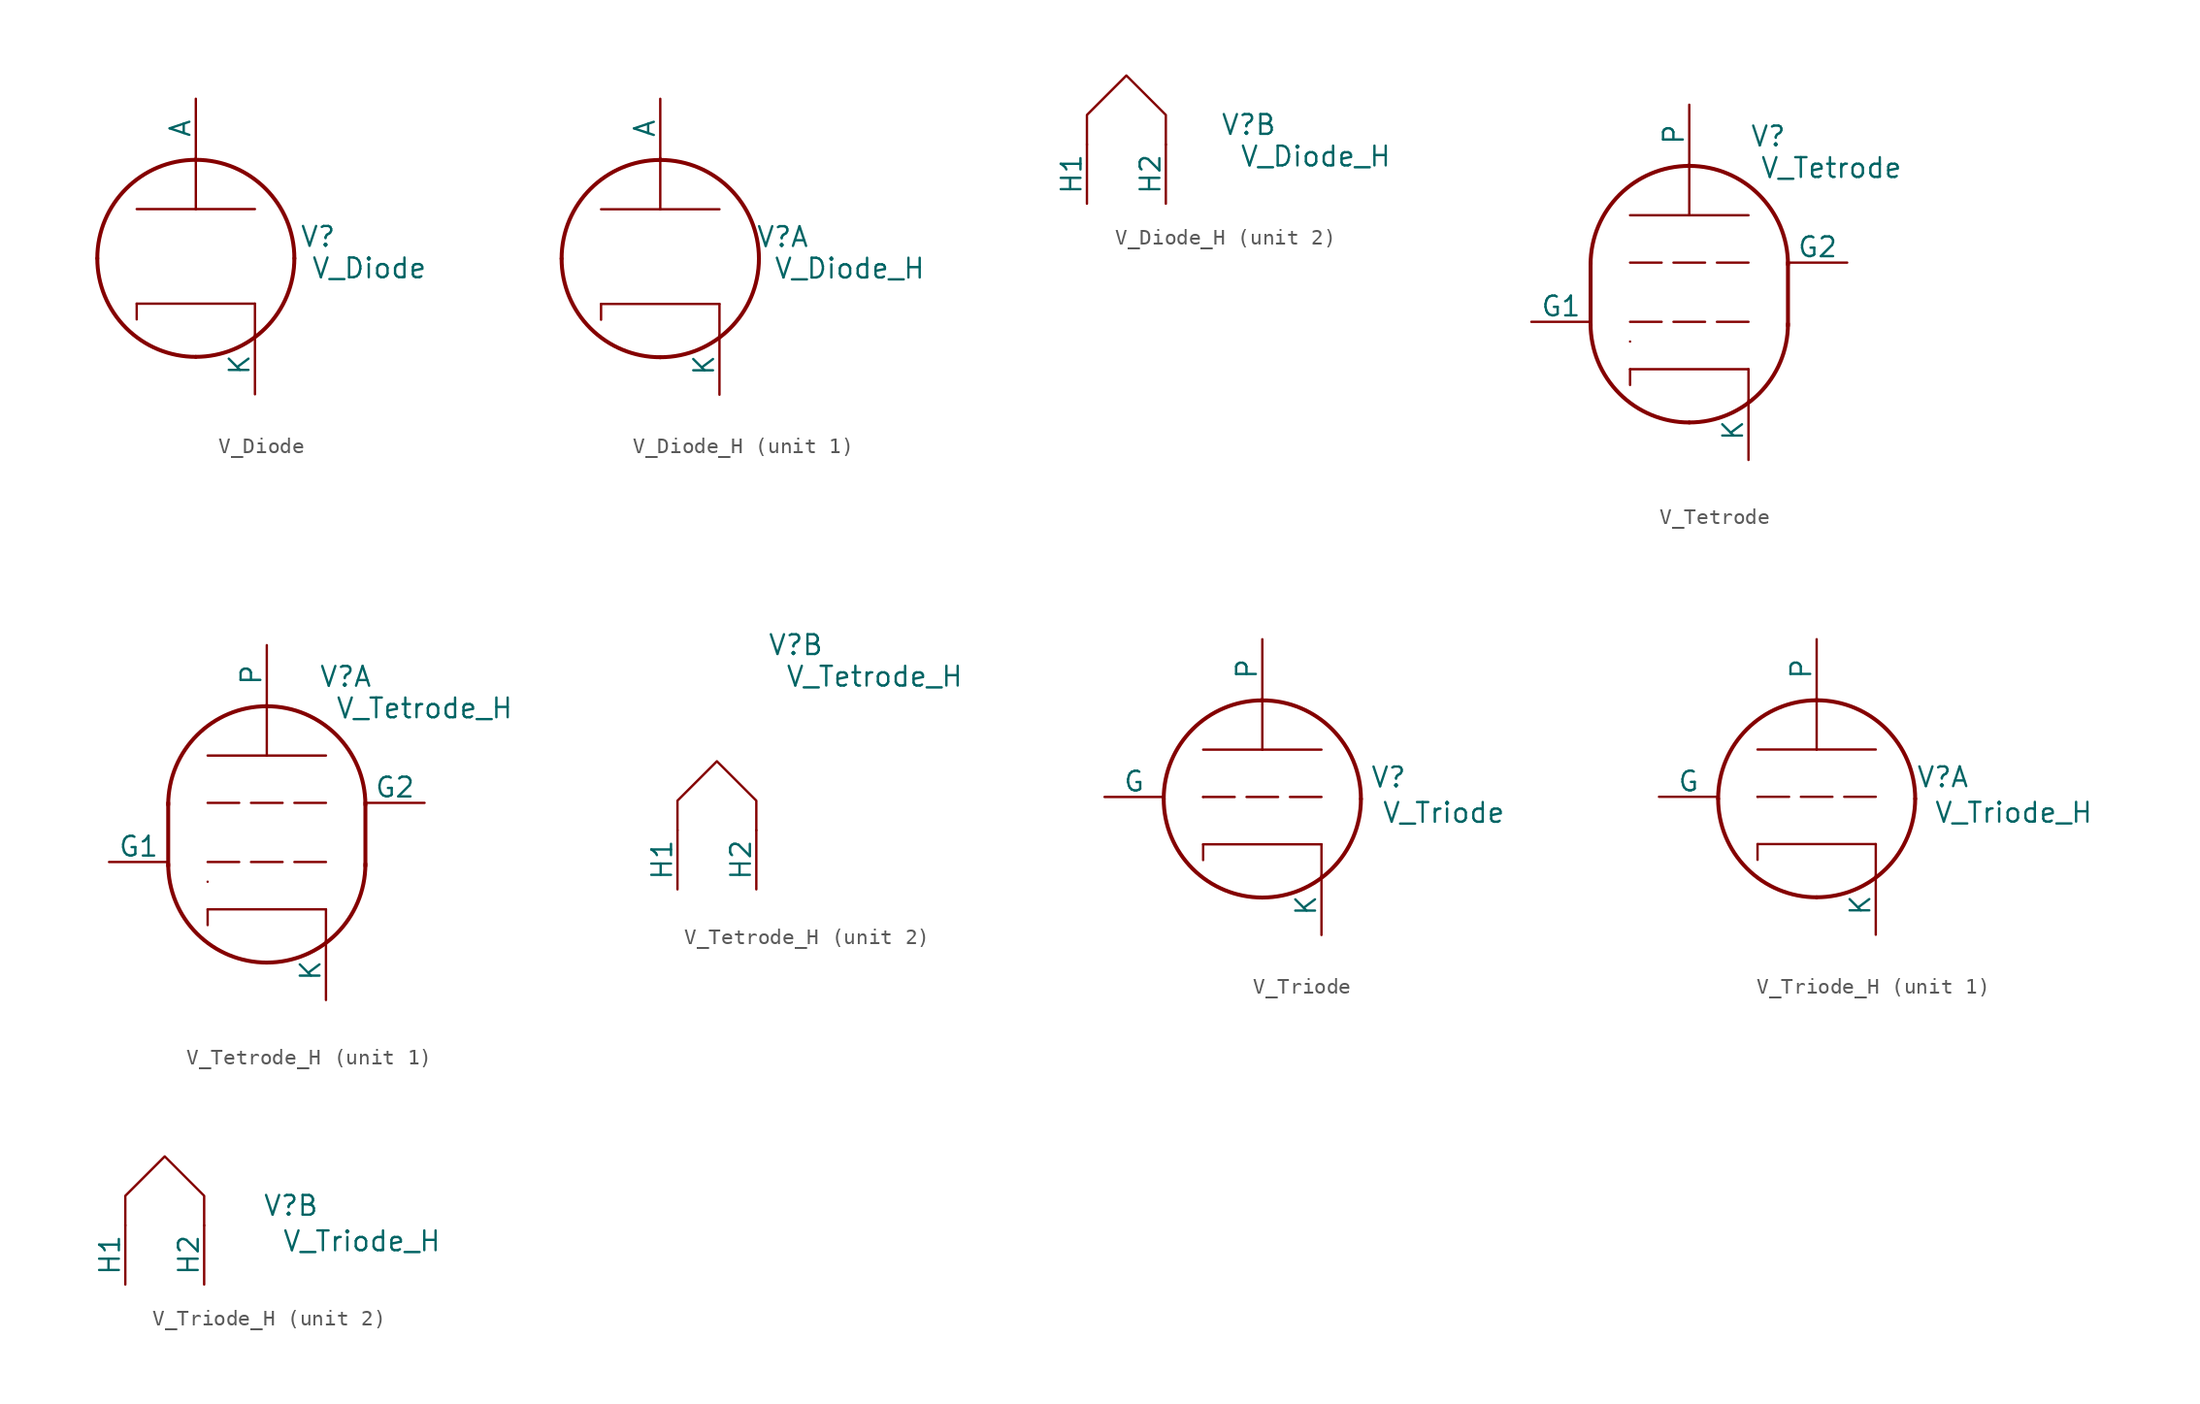
<source format=kicad_sym>
(kicad_symbol_lib
  (version 20241209)
  (generator "kicad_symbol_editor")
  (generator_version "9.0")
  (symbol "V_Diode"
    (pin_numbers
      (hide yes))
    (pin_names
      (offset 0))
    (property "Reference" "V"
      (at 7.874 1.27 0)
      (effects (font (size 1.27 1.27))))
    (property "Value" "V_Diode"
      (at 11.176 -0.762 0)
      (effects (font (size 1.27 1.27))))
    (symbol "V_Diode_1_1"
      (polyline (pts (xy -3.81 -3.048) (xy -3.81 -4.064)) (stroke (width 0) (type default)) (fill (type none)))
      (polyline (pts (xy -3.81 -3.048) (xy 3.81 -3.048)) (stroke (width 0) (type solid)) (fill (type none)))
      (arc (start -0.0001 -6.4769) (mid -4.4926 -4.6195) (end -6.35 -0.127) (stroke (width 0.254) (type solid)) (fill (type none)))
      (arc (start -6.35 -0.127) (mid -4.4902 4.3632) (end 0 6.223) (stroke (width 0.254) (type solid)) (fill (type none)))
      (polyline (pts (xy 0 3.048) (xy -3.81 3.048)) (stroke (width 0) (type solid)) (fill (type none)))
      (polyline (pts (xy 0 3.048) (xy 0 6.35)) (stroke (width 0) (type solid)) (fill (type none)))
      (polyline (pts (xy 0 3.048) (xy 3.81 3.048)) (stroke (width 0) (type solid)) (fill (type none)))
      (arc (start 0 6.223) (mid 4.4902 4.3632) (end 6.35 -0.127) (stroke (width 0.254) (type solid)) (fill (type none)))
      (arc (start 6.35 -0.127) (mid 4.491 -4.618) (end -0.0001 -6.4769) (stroke (width 0.254) (type solid)) (fill (type none)))
      (polyline (pts (xy 3.81 -3.048) (xy 3.81 -5.08)) (stroke (width 0) (type default)) (fill (type none)))
      (pin passive line (at 0 10.16 270) (length 3.81) (name "A" (effects (font (size 1.27 1.27)))) (number "A" (effects (font (size 1.27 1.27)))))
      (pin passive line (at 3.81 -8.89 90) (length 3.81) (name "K" (effects (font (size 1.27 1.27)))) (number "K" (effects (font (size 1.27 1.27)))))))
  (symbol "V_Diode_H"
    (pin_numbers
      (hide yes))
    (pin_names
      (offset 0))
    (property "Reference" "V"
      (at 7.874 1.27 0)
      (effects (font (size 1.27 1.27))))
    (property "Value" "V_Diode_H"
      (at 12.192 -0.762 0)
      (effects (font (size 1.27 1.27))))
    (property "ki_locked" ""
      (at 0 0 0)
      (effects (font (size 1.27 1.27))))
    (symbol "V_Diode_H_1_1"
      (polyline (pts (xy -3.81 -3.048) (xy -3.81 -4.064)) (stroke (width 0) (type default)) (fill (type none)))
      (polyline (pts (xy -3.81 -3.048) (xy 3.81 -3.048)) (stroke (width 0) (type solid)) (fill (type none)))
      (arc (start -0.0001 -6.4769) (mid -4.4926 -4.6195) (end -6.35 -0.127) (stroke (width 0.254) (type solid)) (fill (type none)))
      (arc (start -6.35 -0.127) (mid -4.4902 4.3632) (end 0 6.223) (stroke (width 0.254) (type solid)) (fill (type none)))
      (polyline (pts (xy 0 3.048) (xy -3.81 3.048)) (stroke (width 0) (type solid)) (fill (type none)))
      (polyline (pts (xy 0 3.048) (xy 0 6.35)) (stroke (width 0) (type solid)) (fill (type none)))
      (polyline (pts (xy 0 3.048) (xy 3.81 3.048)) (stroke (width 0) (type solid)) (fill (type none)))
      (arc (start 0 6.223) (mid 4.4902 4.3632) (end 6.35 -0.127) (stroke (width 0.254) (type solid)) (fill (type none)))
      (arc (start 6.35 -0.127) (mid 4.491 -4.618) (end -0.0001 -6.4769) (stroke (width 0.254) (type solid)) (fill (type none)))
      (polyline (pts (xy 3.81 -3.048) (xy 3.81 -5.08)) (stroke (width 0) (type default)) (fill (type none)))
      (pin passive line (at 0 10.16 270) (length 3.81) (name "A" (effects (font (size 1.27 1.27)))) (number "A" (effects (font (size 1.27 1.27)))))
      (pin passive line (at 3.81 -8.89 90) (length 3.81) (name "K" (effects (font (size 1.27 1.27)))) (number "K" (effects (font (size 1.27 1.27))))))
    (symbol "V_Diode_H_2_1"
      (polyline (pts (xy -2.54 0) (xy -2.54 1.905) (xy 0 4.445) (xy 2.54 1.905) (xy 2.54 0)) (stroke (width 0) (type solid)) (fill (type none)))
      (pin passive line (at -2.54 -3.81 90) (length 3.81) (name "H1" (effects (font (size 1.27 1.27)))) (number "H1" (effects (font (size 1.27 1.27)))))
      (pin passive line (at 2.54 -3.81 90) (length 3.81) (name "H2" (effects (font (size 1.27 1.27)))) (number "H2" (effects (font (size 1.27 1.27)))))))
  (symbol "V_Tetrode"
    (pin_numbers
      (hide yes))
    (pin_names
      (offset 0))
    (property "Reference" "V"
      (at 5.08 11.938 0)
      (effects (font (size 1.27 1.27))))
    (property "Value" "V_Tetrode"
      (at 9.144 9.906 0)
      (effects (font (size 1.27 1.27))))
    (symbol "V_Tetrode_1_1"
      (polyline (pts (xy -6.35 -0.254) (xy -6.35 3.81)) (stroke (width 0.254) (type solid)) (fill (type none)))
      (polyline (pts (xy -6.35 -0.254) (xy -6.35 -0.254)) (stroke (width 0) (type default)) (fill (type none)))
      (polyline (pts (xy -3.81 3.81) (xy -1.778 3.81)) (stroke (width 0) (type default)) (fill (type none)))
      (polyline (pts (xy -3.81 0) (xy -1.778 0)) (stroke (width 0) (type default)) (fill (type none)))
      (polyline (pts (xy -3.81 -1.27) (xy -3.81 -1.27)) (stroke (width 0) (type default)) (fill (type none)))
      (polyline (pts (xy -3.81 -3.048) (xy -3.81 -4.064)) (stroke (width 0) (type default)) (fill (type none)))
      (polyline (pts (xy -3.81 -3.048) (xy 3.81 -3.048)) (stroke (width 0) (type solid)) (fill (type none)))
      (polyline (pts (xy -1.016 3.81) (xy 1.016 3.81)) (stroke (width 0) (type default)) (fill (type none)))
      (polyline (pts (xy -1.016 0) (xy 1.016 0)) (stroke (width 0) (type default)) (fill (type none)))
      (arc (start -0.0001 -6.4769) (mid -4.4926 -4.6195) (end -6.35 -0.127) (stroke (width 0.254) (type solid)) (fill (type none)))
      (arc (start -6.35 3.683) (mid -4.4902 8.1732) (end 0 10.033) (stroke (width 0.254) (type solid)) (fill (type none)))
      (polyline (pts (xy 0 6.858) (xy -3.81 6.858)) (stroke (width 0) (type solid)) (fill (type none)))
      (polyline (pts (xy 0 6.858) (xy 0 10.16)) (stroke (width 0) (type solid)) (fill (type none)))
      (polyline (pts (xy 0 6.858) (xy 3.81 6.858)) (stroke (width 0) (type solid)) (fill (type none)))
      (arc (start 0 10.033) (mid 4.4902 8.1732) (end 6.35 3.683) (stroke (width 0.254) (type solid)) (fill (type none)))
      (arc (start 6.35 -0.127) (mid 4.491 -4.618) (end -0.0001 -6.4769) (stroke (width 0.254) (type solid)) (fill (type none)))
      (polyline (pts (xy 1.778 3.81) (xy 3.81 3.81)) (stroke (width 0) (type default)) (fill (type none)))
      (polyline (pts (xy 1.778 0) (xy 3.81 0)) (stroke (width 0) (type default)) (fill (type none)))
      (polyline (pts (xy 3.81 -3.048) (xy 3.81 -5.08)) (stroke (width 0) (type default)) (fill (type none)))
      (polyline (pts (xy 6.35 -0.254) (xy 6.35 3.81)) (stroke (width 0.254) (type default)) (fill (type none)))
      (pin input line (at -10.16 0 0) (length 3.81) (name "G1" (effects (font (size 1.27 1.27)))) (number "G1" (effects (font (size 1.27 1.27)))))
      (pin passive line (at 0 13.97 270) (length 3.81) (name "P" (effects (font (size 1.27 1.27)))) (number "P" (effects (font (size 1.27 1.27)))))
      (pin passive line (at 3.81 -8.89 90) (length 3.81) (name "K" (effects (font (size 1.27 1.27)))) (number "K" (effects (font (size 1.27 1.27)))))
      (pin passive line (at 10.16 3.81 180) (length 3.81) (name "G2" (effects (font (size 1.27 1.27)))) (number "G2" (effects (font (size 1.27 1.27)))))))
  (symbol "V_Tetrode_H"
    (pin_numbers
      (hide yes))
    (pin_names
      (offset 0))
    (property "Reference" "V"
      (at 5.08 11.938 0)
      (effects (font (size 1.27 1.27))))
    (property "Value" "V_Tetrode_H"
      (at 10.16 9.906 0)
      (effects (font (size 1.27 1.27))))
    (property "ki_locked" ""
      (at 0 0 0)
      (effects (font (size 1.27 1.27))))
    (symbol "V_Tetrode_H_1_1"
      (polyline (pts (xy -6.35 -0.254) (xy -6.35 3.81)) (stroke (width 0.254) (type solid)) (fill (type none)))
      (polyline (pts (xy -6.35 -0.254) (xy -6.35 -0.254)) (stroke (width 0) (type default)) (fill (type none)))
      (polyline (pts (xy -3.81 3.81) (xy -1.778 3.81)) (stroke (width 0) (type default)) (fill (type none)))
      (polyline (pts (xy -3.81 0) (xy -1.778 0)) (stroke (width 0) (type default)) (fill (type none)))
      (polyline (pts (xy -3.81 -1.27) (xy -3.81 -1.27)) (stroke (width 0) (type default)) (fill (type none)))
      (polyline (pts (xy -3.81 -3.048) (xy -3.81 -4.064)) (stroke (width 0) (type default)) (fill (type none)))
      (polyline (pts (xy -3.81 -3.048) (xy 3.81 -3.048)) (stroke (width 0) (type solid)) (fill (type none)))
      (polyline (pts (xy -1.016 3.81) (xy 1.016 3.81)) (stroke (width 0) (type default)) (fill (type none)))
      (polyline (pts (xy -1.016 0) (xy 1.016 0)) (stroke (width 0) (type default)) (fill (type none)))
      (arc (start -0.0001 -6.4769) (mid -4.4926 -4.6195) (end -6.35 -0.127) (stroke (width 0.254) (type solid)) (fill (type none)))
      (arc (start -6.35 3.683) (mid -4.4902 8.1732) (end 0 10.033) (stroke (width 0.254) (type solid)) (fill (type none)))
      (polyline (pts (xy 0 6.858) (xy -3.81 6.858)) (stroke (width 0) (type solid)) (fill (type none)))
      (polyline (pts (xy 0 6.858) (xy 0 10.16)) (stroke (width 0) (type solid)) (fill (type none)))
      (polyline (pts (xy 0 6.858) (xy 3.81 6.858)) (stroke (width 0) (type solid)) (fill (type none)))
      (arc (start 0 10.033) (mid 4.4902 8.1732) (end 6.35 3.683) (stroke (width 0.254) (type solid)) (fill (type none)))
      (arc (start 6.35 -0.127) (mid 4.491 -4.618) (end -0.0001 -6.4769) (stroke (width 0.254) (type solid)) (fill (type none)))
      (polyline (pts (xy 1.778 3.81) (xy 3.81 3.81)) (stroke (width 0) (type default)) (fill (type none)))
      (polyline (pts (xy 1.778 0) (xy 3.81 0)) (stroke (width 0) (type default)) (fill (type none)))
      (polyline (pts (xy 3.81 -3.048) (xy 3.81 -5.08)) (stroke (width 0) (type default)) (fill (type none)))
      (polyline (pts (xy 6.35 -0.254) (xy 6.35 3.81)) (stroke (width 0.254) (type default)) (fill (type none)))
      (pin input line (at -10.16 0 0) (length 3.81) (name "G1" (effects (font (size 1.27 1.27)))) (number "G1" (effects (font (size 1.27 1.27)))))
      (pin passive line (at 0 13.97 270) (length 3.81) (name "P" (effects (font (size 1.27 1.27)))) (number "P" (effects (font (size 1.27 1.27)))))
      (pin passive line (at 3.81 -8.89 90) (length 3.81) (name "K" (effects (font (size 1.27 1.27)))) (number "K" (effects (font (size 1.27 1.27)))))
      (pin passive line (at 10.16 3.81 180) (length 3.81) (name "G2" (effects (font (size 1.27 1.27)))) (number "G2" (effects (font (size 1.27 1.27))))))
    (symbol "V_Tetrode_H_2_1"
      (polyline (pts (xy -2.54 0) (xy -2.54 1.905) (xy 0 4.445) (xy 2.54 1.905) (xy 2.54 0)) (stroke (width 0) (type solid)) (fill (type none)))
      (pin passive line (at -2.54 -3.81 90) (length 3.81) (name "H1" (effects (font (size 1.27 1.27)))) (number "H1" (effects (font (size 1.27 1.27)))))
      (pin passive line (at 2.54 -3.81 90) (length 3.81) (name "H2" (effects (font (size 1.27 1.27)))) (number "H2" (effects (font (size 1.27 1.27)))))))
  (symbol "V_Triode"
    (pin_numbers
      (hide yes))
    (pin_names
      (offset 0))
    (property "Reference" "V"
      (at 8.128 1.27 0)
      (effects (font (size 1.27 1.27))))
    (property "Value" "V_Triode"
      (at 11.684 -1.016 0)
      (effects (font (size 1.27 1.27))))
    (symbol "V_Triode_1_1"
      (polyline (pts (xy -3.81 0) (xy -3.81 0)) (stroke (width 0) (type default)) (fill (type none)))
      (polyline (pts (xy -3.81 0) (xy -1.778 0)) (stroke (width 0) (type default)) (fill (type none)))
      (polyline (pts (xy -3.81 -3.048) (xy -3.81 -4.064)) (stroke (width 0) (type default)) (fill (type none)))
      (polyline (pts (xy -3.81 -3.048) (xy 3.81 -3.048)) (stroke (width 0) (type solid)) (fill (type none)))
      (polyline (pts (xy -1.016 0) (xy 1.016 0)) (stroke (width 0) (type default)) (fill (type none)))
      (arc (start -0.0001 -6.4769) (mid -4.4926 -4.6195) (end -6.35 -0.127) (stroke (width 0.254) (type solid)) (fill (type none)))
      (arc (start -6.35 -0.127) (mid -4.4902 4.3632) (end 0 6.223) (stroke (width 0.254) (type solid)) (fill (type none)))
      (polyline (pts (xy 0 3.048) (xy -3.81 3.048)) (stroke (width 0) (type solid)) (fill (type none)))
      (polyline (pts (xy 0 3.048) (xy 0 6.35)) (stroke (width 0) (type solid)) (fill (type none)))
      (polyline (pts (xy 0 3.048) (xy 3.81 3.048)) (stroke (width 0) (type solid)) (fill (type none)))
      (arc (start 0 6.223) (mid 4.4902 4.3632) (end 6.35 -0.127) (stroke (width 0.254) (type solid)) (fill (type none)))
      (arc (start 6.35 -0.127) (mid 4.491 -4.618) (end -0.0001 -6.4769) (stroke (width 0.254) (type solid)) (fill (type none)))
      (polyline (pts (xy 1.778 0) (xy 3.81 0)) (stroke (width 0) (type default)) (fill (type none)))
      (polyline (pts (xy 3.81 -3.048) (xy 3.81 -5.08)) (stroke (width 0) (type default)) (fill (type none)))
      (pin input line (at -10.16 0 0) (length 3.81) (name "G" (effects (font (size 1.27 1.27)))) (number "G" (effects (font (size 1.27 1.27)))))
      (pin passive line (at 0 10.16 270) (length 3.81) (name "P" (effects (font (size 1.27 1.27)))) (number "P" (effects (font (size 1.27 1.27)))))
      (pin passive line (at 3.81 -8.89 90) (length 3.81) (name "K" (effects (font (size 1.27 1.27)))) (number "K" (effects (font (size 1.27 1.27)))))))
  (symbol "V_Triode_H"
    (pin_numbers
      (hide yes))
    (pin_names
      (offset 0))
    (property "Reference" "V"
      (at 8.128 1.27 0)
      (effects (font (size 1.27 1.27))))
    (property "Value" "V_Triode_H"
      (at 12.7 -1.016 0)
      (effects (font (size 1.27 1.27))))
    (property "ki_locked" ""
      (at 0 0 0)
      (effects (font (size 1.27 1.27))))
    (symbol "V_Triode_H_1_1"
      (polyline (pts (xy -3.81 0) (xy -3.81 0)) (stroke (width 0) (type default)) (fill (type none)))
      (polyline (pts (xy -3.81 0) (xy -1.778 0)) (stroke (width 0) (type default)) (fill (type none)))
      (polyline (pts (xy -3.81 -3.048) (xy -3.81 -4.064)) (stroke (width 0) (type default)) (fill (type none)))
      (polyline (pts (xy -3.81 -3.048) (xy 3.81 -3.048)) (stroke (width 0) (type solid)) (fill (type none)))
      (polyline (pts (xy -1.016 0) (xy 1.016 0)) (stroke (width 0) (type default)) (fill (type none)))
      (arc (start -0.0001 -6.4769) (mid -4.4926 -4.6195) (end -6.35 -0.127) (stroke (width 0.254) (type solid)) (fill (type none)))
      (arc (start -6.35 -0.127) (mid -4.4902 4.3632) (end 0 6.223) (stroke (width 0.254) (type solid)) (fill (type none)))
      (polyline (pts (xy 0 3.048) (xy -3.81 3.048)) (stroke (width 0) (type solid)) (fill (type none)))
      (polyline (pts (xy 0 3.048) (xy 0 6.35)) (stroke (width 0) (type solid)) (fill (type none)))
      (polyline (pts (xy 0 3.048) (xy 3.81 3.048)) (stroke (width 0) (type solid)) (fill (type none)))
      (arc (start 0 6.223) (mid 4.4902 4.3632) (end 6.35 -0.127) (stroke (width 0.254) (type solid)) (fill (type none)))
      (arc (start 6.35 -0.127) (mid 4.491 -4.618) (end -0.0001 -6.4769) (stroke (width 0.254) (type solid)) (fill (type none)))
      (polyline (pts (xy 1.778 0) (xy 3.81 0)) (stroke (width 0) (type default)) (fill (type none)))
      (polyline (pts (xy 3.81 -3.048) (xy 3.81 -5.08)) (stroke (width 0) (type default)) (fill (type none)))
      (pin input line (at -10.16 0 0) (length 3.81) (name "G" (effects (font (size 1.27 1.27)))) (number "G" (effects (font (size 1.27 1.27)))))
      (pin passive line (at 0 10.16 270) (length 3.81) (name "P" (effects (font (size 1.27 1.27)))) (number "P" (effects (font (size 1.27 1.27)))))
      (pin passive line (at 3.81 -8.89 90) (length 3.81) (name "K" (effects (font (size 1.27 1.27)))) (number "K" (effects (font (size 1.27 1.27))))))
    (symbol "V_Triode_H_2_1"
      (polyline (pts (xy -2.54 0) (xy -2.54 1.905) (xy 0 4.445) (xy 2.54 1.905) (xy 2.54 0)) (stroke (width 0) (type solid)) (fill (type none)))
      (pin passive line (at -2.54 -3.81 90) (length 3.81) (name "H1" (effects (font (size 1.27 1.27)))) (number "H1" (effects (font (size 1.27 1.27)))))
      (pin passive line (at 2.54 -3.81 90) (length 3.81) (name "H2" (effects (font (size 1.27 1.27)))) (number "H2" (effects (font (size 1.27 1.27))))))))
</source>
